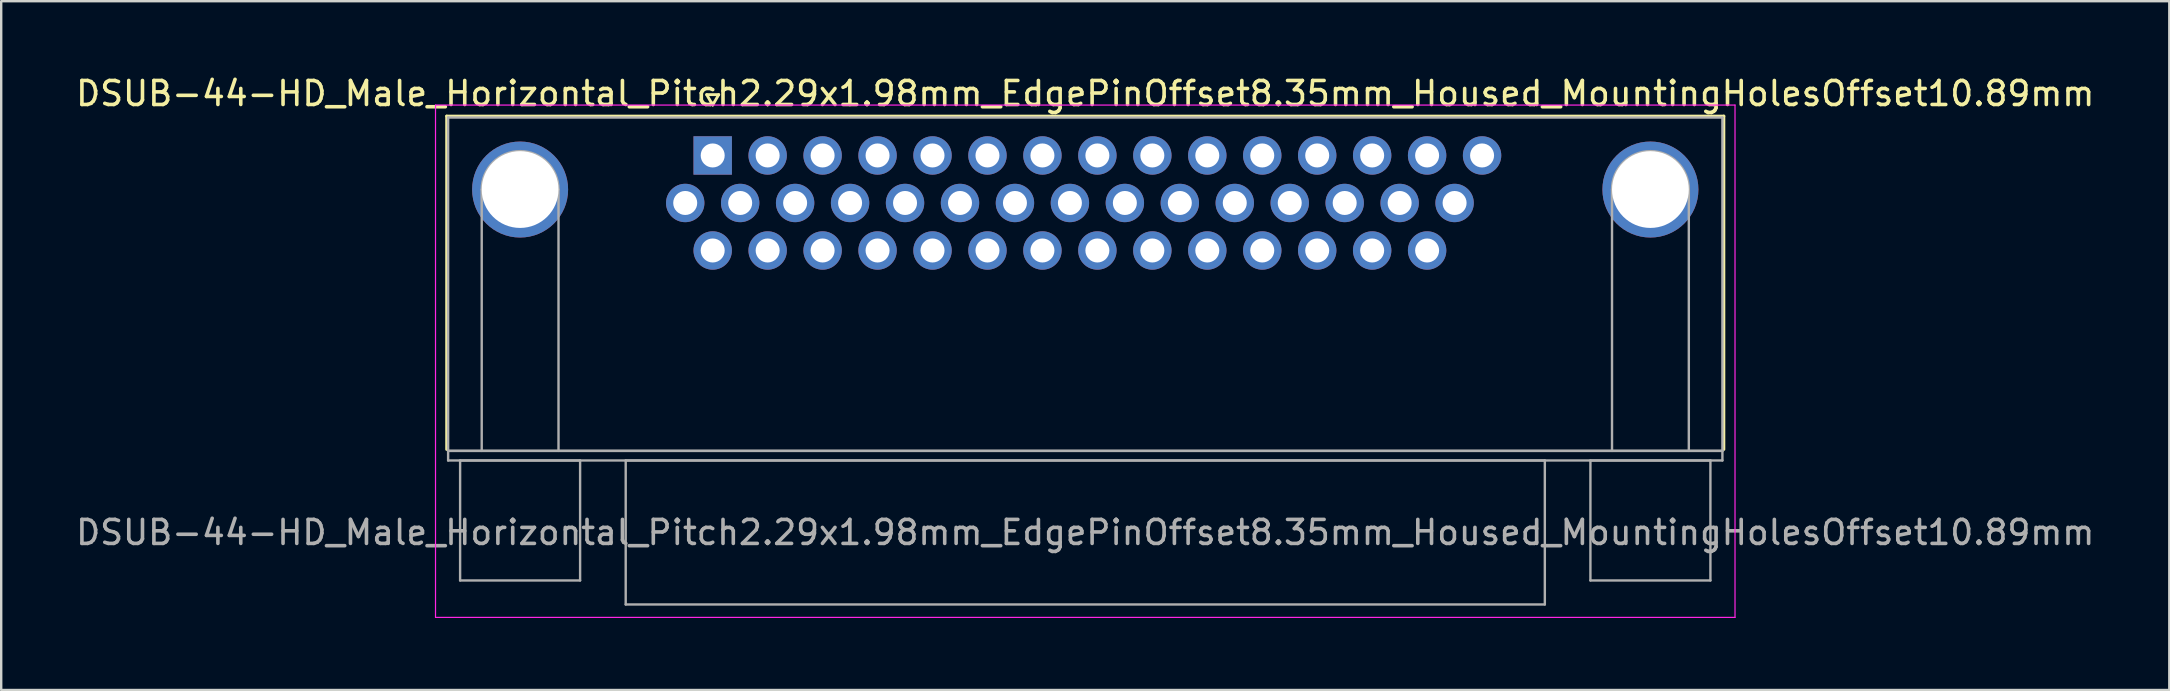
<source format=kicad_pcb>
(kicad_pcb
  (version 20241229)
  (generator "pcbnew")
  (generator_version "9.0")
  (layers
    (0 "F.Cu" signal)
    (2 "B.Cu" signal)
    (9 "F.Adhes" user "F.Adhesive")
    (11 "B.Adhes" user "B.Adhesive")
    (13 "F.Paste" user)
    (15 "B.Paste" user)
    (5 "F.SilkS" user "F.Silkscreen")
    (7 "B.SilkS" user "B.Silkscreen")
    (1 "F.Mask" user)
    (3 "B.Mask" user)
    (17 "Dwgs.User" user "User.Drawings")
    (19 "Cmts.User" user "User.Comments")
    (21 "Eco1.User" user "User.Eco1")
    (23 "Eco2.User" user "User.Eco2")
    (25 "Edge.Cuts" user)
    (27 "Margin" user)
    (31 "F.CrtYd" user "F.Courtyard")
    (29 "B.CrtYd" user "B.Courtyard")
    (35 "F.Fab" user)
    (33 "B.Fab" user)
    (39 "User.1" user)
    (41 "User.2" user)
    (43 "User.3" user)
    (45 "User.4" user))
  (footprint "DSUB-44-HD_Male_Horizontal_Pitch2.29x1.98mm_EdgePinOffset8.35mm_Housed_MountingHolesOffset10.89mm"
    (layer "F.Cu")
    (at 26.648 3.428)
    (property "Reference" "DSUB-44-HD_Male_Horizontal_Pitch2.29x1.98mm_EdgePinOffset8.35mm_Housed_MountingHolesOffset10.89mm" (at 15.525 -2.58 0) (layer "F.SilkS") (effects (font (size 1 1) (thickness 0.15))))
    (attr through_hole)
    (fp_line (start -11.085 -1.64) (end 42.135 -1.64) (stroke (width 0.12) (type solid)) (layer "F.SilkS"))
    (fp_line (start -11.085 12.25) (end -11.085 -1.64) (stroke (width 0.12) (type solid)) (layer "F.SilkS"))
    (fp_line (start -0.25 -2.534) (end 0.25 -2.534) (stroke (width 0.12) (type solid)) (layer "F.SilkS"))
    (fp_line (start 0 -2.101) (end -0.25 -2.534) (stroke (width 0.12) (type solid)) (layer "F.SilkS"))
    (fp_line (start 0.25 -2.534) (end 0 -2.101) (stroke (width 0.12) (type solid)) (layer "F.SilkS"))
    (fp_line (start 42.135 -1.64) (end 42.135 12.25) (stroke (width 0.12) (type solid)) (layer "F.SilkS"))
    (fp_line (start -11.55 -2.1) (end -11.55 19.25) (stroke (width 0.05) (type solid)) (layer "F.CrtYd"))
    (fp_line (start -11.55 19.25) (end 42.6 19.25) (stroke (width 0.05) (type solid)) (layer "F.CrtYd"))
    (fp_line (start 42.6 -2.1) (end -11.55 -2.1) (stroke (width 0.05) (type solid)) (layer "F.CrtYd"))
    (fp_line (start 42.6 19.25) (end 42.6 -2.1) (stroke (width 0.05) (type solid)) (layer "F.CrtYd"))
    (fp_line (start -11.025 -1.58) (end -11.025 12.31) (stroke (width 0.1) (type solid)) (layer "F.Fab"))
    (fp_line (start -11.025 12.31) (end -11.025 12.71) (stroke (width 0.1) (type solid)) (layer "F.Fab"))
    (fp_line (start -11.025 12.31) (end 42.075 12.31) (stroke (width 0.1) (type solid)) (layer "F.Fab"))
    (fp_line (start -11.025 12.71) (end 42.075 12.71) (stroke (width 0.1) (type solid)) (layer "F.Fab"))
    (fp_line (start -10.525 12.71) (end -10.525 17.71) (stroke (width 0.1) (type solid)) (layer "F.Fab"))
    (fp_line (start -10.525 17.71) (end -5.525 17.71) (stroke (width 0.1) (type solid)) (layer "F.Fab"))
    (fp_line (start -9.625 12.31) (end -9.625 1.42) (stroke (width 0.1) (type solid)) (layer "F.Fab"))
    (fp_line (start -6.425 12.31) (end -6.425 1.42) (stroke (width 0.1) (type solid)) (layer "F.Fab"))
    (fp_line (start -5.525 12.71) (end -10.525 12.71) (stroke (width 0.1) (type solid)) (layer "F.Fab"))
    (fp_line (start -5.525 17.71) (end -5.525 12.71) (stroke (width 0.1) (type solid)) (layer "F.Fab"))
    (fp_line (start -3.625 12.71) (end -3.625 18.71) (stroke (width 0.1) (type solid)) (layer "F.Fab"))
    (fp_line (start -3.625 18.71) (end 34.675 18.71) (stroke (width 0.1) (type solid)) (layer "F.Fab"))
    (fp_line (start 34.675 12.71) (end -3.625 12.71) (stroke (width 0.1) (type solid)) (layer "F.Fab"))
    (fp_line (start 34.675 18.71) (end 34.675 12.71) (stroke (width 0.1) (type solid)) (layer "F.Fab"))
    (fp_line (start 36.575 12.71) (end 36.575 17.71) (stroke (width 0.1) (type solid)) (layer "F.Fab"))
    (fp_line (start 36.575 17.71) (end 41.575 17.71) (stroke (width 0.1) (type solid)) (layer "F.Fab"))
    (fp_line (start 37.475 12.31) (end 37.475 1.42) (stroke (width 0.1) (type solid)) (layer "F.Fab"))
    (fp_line (start 40.675 12.31) (end 40.675 1.42) (stroke (width 0.1) (type solid)) (layer "F.Fab"))
    (fp_line (start 41.575 12.71) (end 36.575 12.71) (stroke (width 0.1) (type solid)) (layer "F.Fab"))
    (fp_line (start 41.575 17.71) (end 41.575 12.71) (stroke (width 0.1) (type solid)) (layer "F.Fab"))
    (fp_line (start 42.075 -1.58) (end -11.025 -1.58) (stroke (width 0.1) (type solid)) (layer "F.Fab"))
    (fp_line (start 42.075 12.31) (end -11.025 12.31) (stroke (width 0.1) (type solid)) (layer "F.Fab"))
    (fp_line (start 42.075 12.31) (end 42.075 -1.58) (stroke (width 0.1) (type solid)) (layer "F.Fab"))
    (fp_line (start 42.075 12.71) (end 42.075 12.31) (stroke (width 0.1) (type solid)) (layer "F.Fab"))
    (fp_arc (start -9.625 1.42) (mid -8.025 -0.18) (end -6.425 1.42) (stroke (width 0.1) (type solid)) (layer "F.Fab"))
    (fp_arc (start 37.475 1.42) (mid 39.075 -0.18) (end 40.675 1.42) (stroke (width 0.1) (type solid)) (layer "F.Fab"))
    (fp_text user "${REFERENCE}" (at 15.525 15.71 0) (layer "F.Fab") (effects (font (size 1 1) (thickness 0.15))))
    (pad "0" thru_hole circle (at -8.025 1.42) (size 4 4) (drill 3.2) (layers "*.Cu" "*.Mask"))
    (pad "0" thru_hole circle (at 39.075 1.42) (size 4 4) (drill 3.2) (layers "*.Cu" "*.Mask"))
    (pad "1" thru_hole rect (at 0 0) (size 1.6 1.6) (drill 1) (layers "*.Cu" "*.Mask"))
    (pad "2" thru_hole circle (at 2.29 0) (size 1.6 1.6) (drill 1) (layers "*.Cu" "*.Mask"))
    (pad "3" thru_hole circle (at 4.58 0) (size 1.6 1.6) (drill 1) (layers "*.Cu" "*.Mask"))
    (pad "4" thru_hole circle (at 6.87 0) (size 1.6 1.6) (drill 1) (layers "*.Cu" "*.Mask"))
    (pad "5" thru_hole circle (at 9.16 0) (size 1.6 1.6) (drill 1) (layers "*.Cu" "*.Mask"))
    (pad "6" thru_hole circle (at 11.45 0) (size 1.6 1.6) (drill 1) (layers "*.Cu" "*.Mask"))
    (pad "7" thru_hole circle (at 13.74 0) (size 1.6 1.6) (drill 1) (layers "*.Cu" "*.Mask"))
    (pad "8" thru_hole circle (at 16.03 0) (size 1.6 1.6) (drill 1) (layers "*.Cu" "*.Mask"))
    (pad "9" thru_hole circle (at 18.32 0) (size 1.6 1.6) (drill 1) (layers "*.Cu" "*.Mask"))
    (pad "10" thru_hole circle (at 20.61 0) (size 1.6 1.6) (drill 1) (layers "*.Cu" "*.Mask"))
    (pad "11" thru_hole circle (at 22.9 0) (size 1.6 1.6) (drill 1) (layers "*.Cu" "*.Mask"))
    (pad "12" thru_hole circle (at 25.19 0) (size 1.6 1.6) (drill 1) (layers "*.Cu" "*.Mask"))
    (pad "13" thru_hole circle (at 27.48 0) (size 1.6 1.6) (drill 1) (layers "*.Cu" "*.Mask"))
    (pad "14" thru_hole circle (at 29.77 0) (size 1.6 1.6) (drill 1) (layers "*.Cu" "*.Mask"))
    (pad "15" thru_hole circle (at 32.06 0) (size 1.6 1.6) (drill 1) (layers "*.Cu" "*.Mask"))
    (pad "16" thru_hole circle (at -1.145 1.98) (size 1.6 1.6) (drill 1) (layers "*.Cu" "*.Mask"))
    (pad "17" thru_hole circle (at 1.145 1.98) (size 1.6 1.6) (drill 1) (layers "*.Cu" "*.Mask"))
    (pad "18" thru_hole circle (at 3.435 1.98) (size 1.6 1.6) (drill 1) (layers "*.Cu" "*.Mask"))
    (pad "19" thru_hole circle (at 5.725 1.98) (size 1.6 1.6) (drill 1) (layers "*.Cu" "*.Mask"))
    (pad "20" thru_hole circle (at 8.015 1.98) (size 1.6 1.6) (drill 1) (layers "*.Cu" "*.Mask"))
    (pad "21" thru_hole circle (at 10.305 1.98) (size 1.6 1.6) (drill 1) (layers "*.Cu" "*.Mask"))
    (pad "22" thru_hole circle (at 12.595 1.98) (size 1.6 1.6) (drill 1) (layers "*.Cu" "*.Mask"))
    (pad "23" thru_hole circle (at 14.885 1.98) (size 1.6 1.6) (drill 1) (layers "*.Cu" "*.Mask"))
    (pad "24" thru_hole circle (at 17.175 1.98) (size 1.6 1.6) (drill 1) (layers "*.Cu" "*.Mask"))
    (pad "25" thru_hole circle (at 19.465 1.98) (size 1.6 1.6) (drill 1) (layers "*.Cu" "*.Mask"))
    (pad "26" thru_hole circle (at 21.755 1.98) (size 1.6 1.6) (drill 1) (layers "*.Cu" "*.Mask"))
    (pad "27" thru_hole circle (at 24.045 1.98) (size 1.6 1.6) (drill 1) (layers "*.Cu" "*.Mask"))
    (pad "28" thru_hole circle (at 26.335 1.98) (size 1.6 1.6) (drill 1) (layers "*.Cu" "*.Mask"))
    (pad "29" thru_hole circle (at 28.625 1.98) (size 1.6 1.6) (drill 1) (layers "*.Cu" "*.Mask"))
    (pad "30" thru_hole circle (at 30.915 1.98) (size 1.6 1.6) (drill 1) (layers "*.Cu" "*.Mask"))
    (pad "31" thru_hole circle (at 0 3.96) (size 1.6 1.6) (drill 1) (layers "*.Cu" "*.Mask"))
    (pad "32" thru_hole circle (at 2.29 3.96) (size 1.6 1.6) (drill 1) (layers "*.Cu" "*.Mask"))
    (pad "33" thru_hole circle (at 4.58 3.96) (size 1.6 1.6) (drill 1) (layers "*.Cu" "*.Mask"))
    (pad "34" thru_hole circle (at 6.87 3.96) (size 1.6 1.6) (drill 1) (layers "*.Cu" "*.Mask"))
    (pad "35" thru_hole circle (at 9.16 3.96) (size 1.6 1.6) (drill 1) (layers "*.Cu" "*.Mask"))
    (pad "36" thru_hole circle (at 11.45 3.96) (size 1.6 1.6) (drill 1) (layers "*.Cu" "*.Mask"))
    (pad "37" thru_hole circle (at 13.74 3.96) (size 1.6 1.6) (drill 1) (layers "*.Cu" "*.Mask"))
    (pad "38" thru_hole circle (at 16.03 3.96) (size 1.6 1.6) (drill 1) (layers "*.Cu" "*.Mask"))
    (pad "39" thru_hole circle (at 18.32 3.96) (size 1.6 1.6) (drill 1) (layers "*.Cu" "*.Mask"))
    (pad "40" thru_hole circle (at 20.61 3.96) (size 1.6 1.6) (drill 1) (layers "*.Cu" "*.Mask"))
    (pad "41" thru_hole circle (at 22.9 3.96) (size 1.6 1.6) (drill 1) (layers "*.Cu" "*.Mask"))
    (pad "42" thru_hole circle (at 25.19 3.96) (size 1.6 1.6) (drill 1) (layers "*.Cu" "*.Mask"))
    (pad "43" thru_hole circle (at 27.48 3.96) (size 1.6 1.6) (drill 1) (layers "*.Cu" "*.Mask"))
    (pad "44" thru_hole circle (at 29.77 3.96) (size 1.6 1.6) (drill 1) (layers "*.Cu" "*.Mask")))
  (gr_rect
    (start -3 -3)
    (end 87.345 25.703)
    (stroke (width 0.1) (type default))
    (fill no)
    (layer "Edge.Cuts")))
</source>
